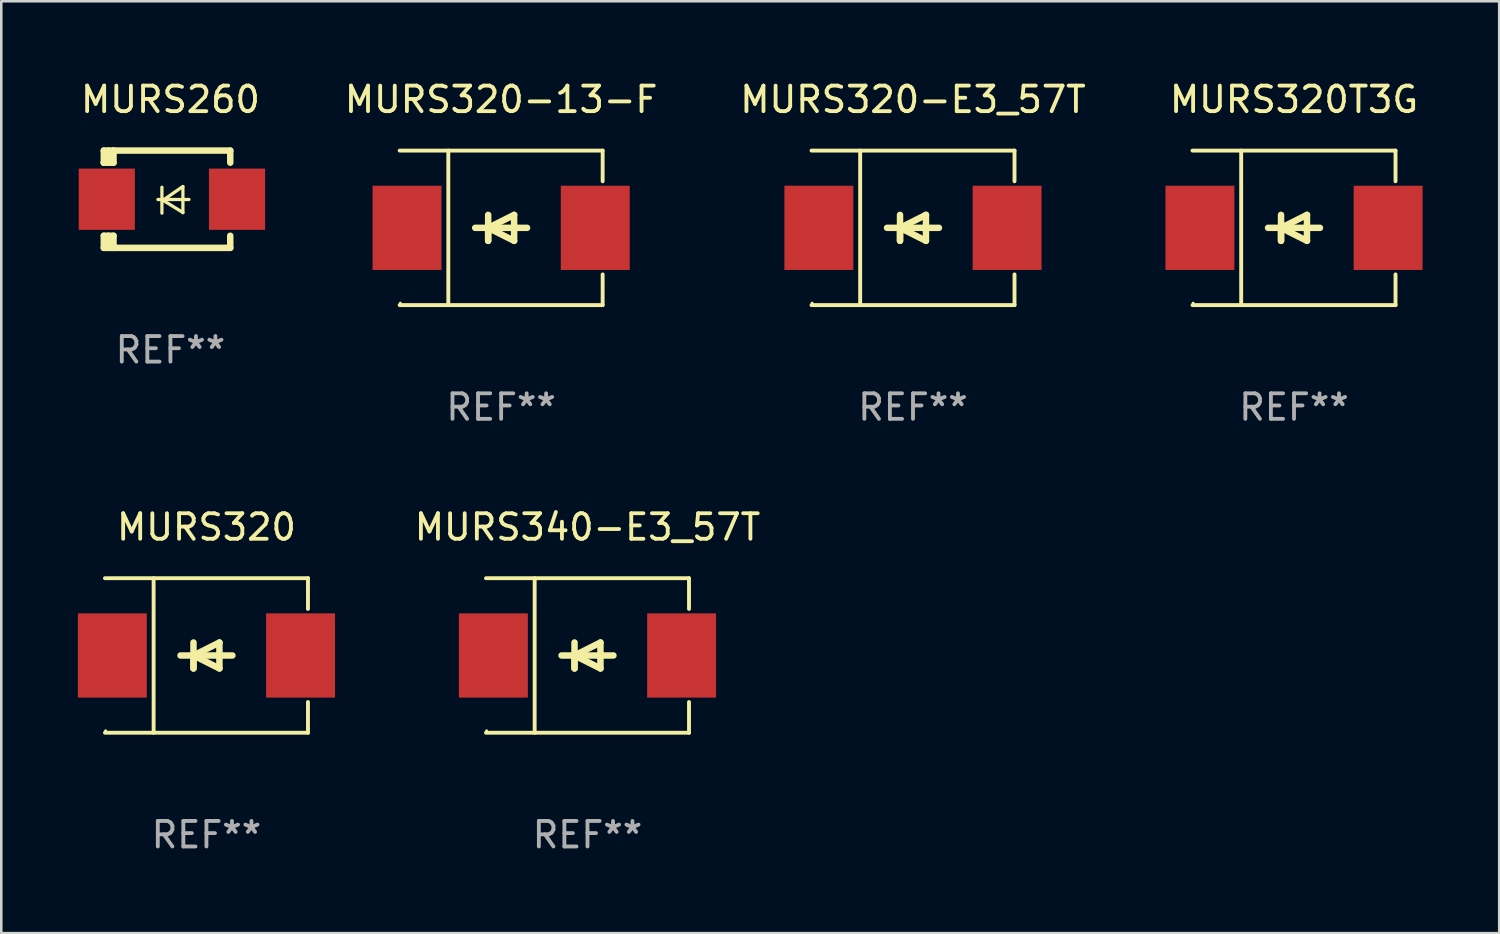
<source format=kicad_pcb>
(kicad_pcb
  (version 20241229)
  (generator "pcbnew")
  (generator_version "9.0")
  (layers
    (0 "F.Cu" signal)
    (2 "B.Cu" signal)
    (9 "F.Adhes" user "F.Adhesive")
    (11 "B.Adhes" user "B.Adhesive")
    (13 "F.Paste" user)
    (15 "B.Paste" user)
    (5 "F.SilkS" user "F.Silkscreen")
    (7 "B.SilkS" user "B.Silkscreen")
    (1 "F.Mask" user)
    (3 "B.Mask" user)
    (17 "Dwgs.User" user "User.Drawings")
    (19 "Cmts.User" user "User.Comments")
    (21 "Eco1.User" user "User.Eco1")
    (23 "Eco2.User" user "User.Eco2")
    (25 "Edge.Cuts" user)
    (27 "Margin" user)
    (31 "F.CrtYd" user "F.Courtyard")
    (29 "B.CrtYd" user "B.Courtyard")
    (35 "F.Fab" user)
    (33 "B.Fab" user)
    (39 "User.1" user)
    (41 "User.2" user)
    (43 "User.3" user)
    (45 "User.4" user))
  (footprint "MURS260"
    (layer "F.Cu")
    (at 3.625 4.753)
    (property "Reference" "MURS260" (at 0 -3.905 0) (layer "F.SilkS") (effects (font (size 1 1) (thickness 0.15))))
    (attr through_hole)
    (fp_line (start -2.609 -1.905) (end -2.609 -1.431) (stroke (width 0.254) (type solid)) (layer "F.SilkS"))
    (fp_line (start -2.609 1.431) (end -2.609 1.905) (stroke (width 0.254) (type solid)) (layer "F.SilkS"))
    (fp_line (start -2.609 1.431) (end -2.229 1.431) (stroke (width 0.254) (type solid)) (layer "F.SilkS"))
    (fp_line (start -2.609 1.905) (end -2.229 1.905) (stroke (width 0.254) (type solid)) (layer "F.SilkS"))
    (fp_line (start -2.609 -1.431) (end -2.609 -1.431) (stroke (width 0.254) (type solid)) (layer "F.SilkS"))
    (fp_line (start -2.427 -1.431) (end -2.427 -1.905) (stroke (width 0.254) (type solid)) (layer "F.SilkS"))
    (fp_line (start -2.427 1.905) (end -2.427 1.431) (stroke (width 0.254) (type solid)) (layer "F.SilkS"))
    (fp_line (start -2.229 -1.905) (end -2.609 -1.905) (stroke (width 0.254) (type solid)) (layer "F.SilkS"))
    (fp_line (start -2.229 -1.905) (end 2.343 -1.905) (stroke (width 0.254) (type solid)) (layer "F.SilkS"))
    (fp_line (start -2.229 -1.431) (end -2.609 -1.431) (stroke (width 0.254) (type solid)) (layer "F.SilkS"))
    (fp_line (start -2.229 -1.431) (end -2.229 -1.905) (stroke (width 0.254) (type solid)) (layer "F.SilkS"))
    (fp_line (start -2.229 1.905) (end -2.229 1.431) (stroke (width 0.254) (type solid)) (layer "F.SilkS"))
    (fp_line (start -0.491 0.01) (end 0.727 0.01) (stroke (width 0.127) (type solid)) (layer "F.SilkS"))
    (fp_line (start -0.333 -0.47) (end -0.333 0.546) (stroke (width 0.127) (type solid)) (layer "F.SilkS"))
    (fp_line (start -0.293 0.04) (end 0.489 0.52) (stroke (width 0.127) (type solid)) (layer "F.SilkS"))
    (fp_line (start 0.489 -0.5) (end -0.293 0.04) (stroke (width 0.127) (type solid)) (layer "F.SilkS"))
    (fp_line (start 0.489 0.53) (end 0.489 -0.486) (stroke (width 0.127) (type solid)) (layer "F.SilkS"))
    (fp_line (start 2.343 -1.905) (end 2.343 -1.431) (stroke (width 0.254) (type solid)) (layer "F.SilkS"))
    (fp_line (start 2.343 1.431) (end 2.343 1.905) (stroke (width 0.254) (type solid)) (layer "F.SilkS"))
    (fp_line (start 2.343 1.905) (end -2.229 1.905) (stroke (width 0.254) (type solid)) (layer "F.SilkS"))
    (fp_circle (center -2.643 1.8) (end -2.613 1.8) (stroke (width 0.06) (type solid)) (fill no) (layer "F.SilkS"))
    (fp_text user "REF**" (at 0 5.905 0) (layer "F.Fab") (effects (font (size 1 1) (thickness 0.15))))
    (pad "1" smd rect (at -2.493 0) (size 2.2 2.4) (layers "F.Cu" "F.Mask" "F.Paste"))
    (pad "2" smd rect (at 2.609 0) (size 2.2 2.4) (layers "F.Cu" "F.Mask" "F.Paste")))
  (footprint "MURS340-E3_57T"
    (layer "F.Cu")
    (at 19.96 22.623)
    (property "Reference" "MURS340-E3_57T" (at 0 -5.026 0) (layer "F.SilkS") (effects (font (size 1 1) (thickness 0.15))))
    (attr through_hole)
    (fp_line (start -3.976 -3.026) (end 3.976 -3.026) (stroke (width 0.152) (type solid)) (layer "F.SilkS"))
    (fp_line (start -3.976 3.026) (end 3.976 3.026) (stroke (width 0.152) (type solid)) (layer "F.SilkS"))
    (fp_line (start -2.069 -3.026) (end -2.069 3.026) (stroke (width 0.152) (type solid)) (layer "F.SilkS"))
    (fp_line (start -0.508 0) (end -0.508 0.508) (stroke (width 0.254) (type solid)) (layer "F.SilkS"))
    (fp_line (start -0.508 0) (end 0.508 0.508) (stroke (width 0.254) (type solid)) (layer "F.SilkS"))
    (fp_line (start -0.508 0.508) (end -0.508 -0.508) (stroke (width 0.254) (type solid)) (layer "F.SilkS"))
    (fp_line (start 0.508 -0.508) (end -0.508 0) (stroke (width 0.254) (type solid)) (layer "F.SilkS"))
    (fp_line (start 0.508 0.508) (end 0.508 -0.508) (stroke (width 0.254) (type solid)) (layer "F.SilkS"))
    (fp_line (start 1.016 0) (end -1.016 0) (stroke (width 0.254) (type solid)) (layer "F.SilkS"))
    (fp_line (start 3.976 -3.026) (end 3.976 -1.823) (stroke (width 0.152) (type solid)) (layer "F.SilkS"))
    (fp_line (start 3.976 3.026) (end 3.976 1.823) (stroke (width 0.152) (type solid)) (layer "F.SilkS"))
    (fp_circle (center -3.95 2.95) (end -3.92 2.95) (stroke (width 0.06) (type solid)) (fill no) (layer "F.SilkS"))
    (fp_text user "REF**" (at 0 7.026 0) (layer "F.Fab") (effects (font (size 1 1) (thickness 0.15))))
    (pad "1" smd rect (at -3.686 0) (size 2.7 3.3) (layers "F.Cu" "F.Mask" "F.Paste"))
    (pad "2" smd rect (at 3.686 0) (size 2.7 3.3) (layers "F.Cu" "F.Mask" "F.Paste")))
  (footprint "MURS320T3G"
    (layer "F.Cu")
    (at 47.632 5.874)
    (property "Reference" "MURS320T3G" (at 0 -5.026 0) (layer "F.SilkS") (effects (font (size 1 1) (thickness 0.15))))
    (attr through_hole)
    (fp_line (start -3.976 -3.026) (end 3.976 -3.026) (stroke (width 0.152) (type solid)) (layer "F.SilkS"))
    (fp_line (start -3.976 3.026) (end 3.976 3.026) (stroke (width 0.152) (type solid)) (layer "F.SilkS"))
    (fp_line (start -2.069 -3.026) (end -2.069 3.026) (stroke (width 0.152) (type solid)) (layer "F.SilkS"))
    (fp_line (start -0.508 0) (end -0.508 0.508) (stroke (width 0.254) (type solid)) (layer "F.SilkS"))
    (fp_line (start -0.508 0) (end 0.508 0.508) (stroke (width 0.254) (type solid)) (layer "F.SilkS"))
    (fp_line (start -0.508 0.508) (end -0.508 -0.508) (stroke (width 0.254) (type solid)) (layer "F.SilkS"))
    (fp_line (start 0.508 -0.508) (end -0.508 0) (stroke (width 0.254) (type solid)) (layer "F.SilkS"))
    (fp_line (start 0.508 0.508) (end 0.508 -0.508) (stroke (width 0.254) (type solid)) (layer "F.SilkS"))
    (fp_line (start 1.016 0) (end -1.016 0) (stroke (width 0.254) (type solid)) (layer "F.SilkS"))
    (fp_line (start 3.976 -3.026) (end 3.976 -1.823) (stroke (width 0.152) (type solid)) (layer "F.SilkS"))
    (fp_line (start 3.976 3.026) (end 3.976 1.823) (stroke (width 0.152) (type solid)) (layer "F.SilkS"))
    (fp_circle (center -3.95 2.95) (end -3.92 2.95) (stroke (width 0.06) (type solid)) (fill no) (layer "F.SilkS"))
    (fp_text user "REF**" (at 0 7.026 0) (layer "F.Fab") (effects (font (size 1 1) (thickness 0.15))))
    (pad "1" smd rect (at -3.686 0) (size 2.7 3.3) (layers "F.Cu" "F.Mask" "F.Paste"))
    (pad "2" smd rect (at 3.686 0) (size 2.7 3.3) (layers "F.Cu" "F.Mask" "F.Paste")))
  (footprint "MURS320-13-F"
    (layer "F.Cu")
    (at 16.578 5.874)
    (property "Reference" "MURS320-13-F" (at 0 -5.026 0) (layer "F.SilkS") (effects (font (size 1 1) (thickness 0.15))))
    (attr through_hole)
    (fp_line (start -3.976 -3.026) (end 3.976 -3.026) (stroke (width 0.152) (type solid)) (layer "F.SilkS"))
    (fp_line (start -3.976 3.026) (end 3.976 3.026) (stroke (width 0.152) (type solid)) (layer "F.SilkS"))
    (fp_line (start -2.069 -3.026) (end -2.069 3.026) (stroke (width 0.152) (type solid)) (layer "F.SilkS"))
    (fp_line (start -0.508 0) (end -0.508 0.508) (stroke (width 0.254) (type solid)) (layer "F.SilkS"))
    (fp_line (start -0.508 0) (end 0.508 0.508) (stroke (width 0.254) (type solid)) (layer "F.SilkS"))
    (fp_line (start -0.508 0.508) (end -0.508 -0.508) (stroke (width 0.254) (type solid)) (layer "F.SilkS"))
    (fp_line (start 0.508 -0.508) (end -0.508 0) (stroke (width 0.254) (type solid)) (layer "F.SilkS"))
    (fp_line (start 0.508 0.508) (end 0.508 -0.508) (stroke (width 0.254) (type solid)) (layer "F.SilkS"))
    (fp_line (start 1.016 0) (end -1.016 0) (stroke (width 0.254) (type solid)) (layer "F.SilkS"))
    (fp_line (start 3.976 -3.026) (end 3.976 -1.823) (stroke (width 0.152) (type solid)) (layer "F.SilkS"))
    (fp_line (start 3.976 3.026) (end 3.976 1.823) (stroke (width 0.152) (type solid)) (layer "F.SilkS"))
    (fp_circle (center -3.95 2.95) (end -3.92 2.95) (stroke (width 0.06) (type solid)) (fill no) (layer "F.SilkS"))
    (fp_text user "REF**" (at 0 7.026 0) (layer "F.Fab") (effects (font (size 1 1) (thickness 0.15))))
    (pad "1" smd rect (at -3.686 0) (size 2.7 3.3) (layers "F.Cu" "F.Mask" "F.Paste"))
    (pad "2" smd rect (at 3.686 0) (size 2.7 3.3) (layers "F.Cu" "F.Mask" "F.Paste")))
  (footprint "MURS320-E3_57T"
    (layer "F.Cu")
    (at 32.709 5.874)
    (property "Reference" "MURS320-E3_57T" (at 0 -5.026 0) (layer "F.SilkS") (effects (font (size 1 1) (thickness 0.15))))
    (attr through_hole)
    (fp_line (start -3.976 -3.026) (end 3.976 -3.026) (stroke (width 0.152) (type solid)) (layer "F.SilkS"))
    (fp_line (start -3.976 3.026) (end 3.976 3.026) (stroke (width 0.152) (type solid)) (layer "F.SilkS"))
    (fp_line (start -2.069 -3.026) (end -2.069 3.026) (stroke (width 0.152) (type solid)) (layer "F.SilkS"))
    (fp_line (start -0.508 0) (end -0.508 0.508) (stroke (width 0.254) (type solid)) (layer "F.SilkS"))
    (fp_line (start -0.508 0) (end 0.508 0.508) (stroke (width 0.254) (type solid)) (layer "F.SilkS"))
    (fp_line (start -0.508 0.508) (end -0.508 -0.508) (stroke (width 0.254) (type solid)) (layer "F.SilkS"))
    (fp_line (start 0.508 -0.508) (end -0.508 0) (stroke (width 0.254) (type solid)) (layer "F.SilkS"))
    (fp_line (start 0.508 0.508) (end 0.508 -0.508) (stroke (width 0.254) (type solid)) (layer "F.SilkS"))
    (fp_line (start 1.016 0) (end -1.016 0) (stroke (width 0.254) (type solid)) (layer "F.SilkS"))
    (fp_line (start 3.976 -3.026) (end 3.976 -1.823) (stroke (width 0.152) (type solid)) (layer "F.SilkS"))
    (fp_line (start 3.976 3.026) (end 3.976 1.823) (stroke (width 0.152) (type solid)) (layer "F.SilkS"))
    (fp_circle (center -3.95 2.95) (end -3.92 2.95) (stroke (width 0.06) (type solid)) (fill no) (layer "F.SilkS"))
    (fp_text user "REF**" (at 0 7.026 0) (layer "F.Fab") (effects (font (size 1 1) (thickness 0.15))))
    (pad "1" smd rect (at -3.686 0) (size 2.7 3.3) (layers "F.Cu" "F.Mask" "F.Paste"))
    (pad "2" smd rect (at 3.686 0) (size 2.7 3.3) (layers "F.Cu" "F.Mask" "F.Paste")))
  (footprint "MURS320"
    (layer "F.Cu")
    (at 5.036 22.623)
    (property "Reference" "MURS320" (at 0 -5.026 0) (layer "F.SilkS") (effects (font (size 1 1) (thickness 0.15))))
    (attr through_hole)
    (fp_line (start -3.976 -3.026) (end 3.976 -3.026) (stroke (width 0.152) (type solid)) (layer "F.SilkS"))
    (fp_line (start -3.976 3.026) (end 3.976 3.026) (stroke (width 0.152) (type solid)) (layer "F.SilkS"))
    (fp_line (start -2.069 -3.026) (end -2.069 3.026) (stroke (width 0.152) (type solid)) (layer "F.SilkS"))
    (fp_line (start -0.508 0) (end -0.508 0.508) (stroke (width 0.254) (type solid)) (layer "F.SilkS"))
    (fp_line (start -0.508 0) (end 0.508 0.508) (stroke (width 0.254) (type solid)) (layer "F.SilkS"))
    (fp_line (start -0.508 0.508) (end -0.508 -0.508) (stroke (width 0.254) (type solid)) (layer "F.SilkS"))
    (fp_line (start 0.508 -0.508) (end -0.508 0) (stroke (width 0.254) (type solid)) (layer "F.SilkS"))
    (fp_line (start 0.508 0.508) (end 0.508 -0.508) (stroke (width 0.254) (type solid)) (layer "F.SilkS"))
    (fp_line (start 1.016 0) (end -1.016 0) (stroke (width 0.254) (type solid)) (layer "F.SilkS"))
    (fp_line (start 3.976 -3.026) (end 3.976 -1.823) (stroke (width 0.152) (type solid)) (layer "F.SilkS"))
    (fp_line (start 3.976 3.026) (end 3.976 1.823) (stroke (width 0.152) (type solid)) (layer "F.SilkS"))
    (fp_circle (center -3.95 2.95) (end -3.92 2.95) (stroke (width 0.06) (type solid)) (fill no) (layer "F.SilkS"))
    (fp_text user "REF**" (at 0 7.026 0) (layer "F.Fab") (effects (font (size 1 1) (thickness 0.15))))
    (pad "1" smd rect (at -3.686 0) (size 2.7 3.3) (layers "F.Cu" "F.Mask" "F.Paste"))
    (pad "2" smd rect (at 3.686 0) (size 2.7 3.3) (layers "F.Cu" "F.Mask" "F.Paste")))
  (gr_rect
    (start -3 -3)
    (end 55.669 33.498)
    (stroke (width 0.1) (type default))
    (fill no)
    (layer "Edge.Cuts")))
</source>
